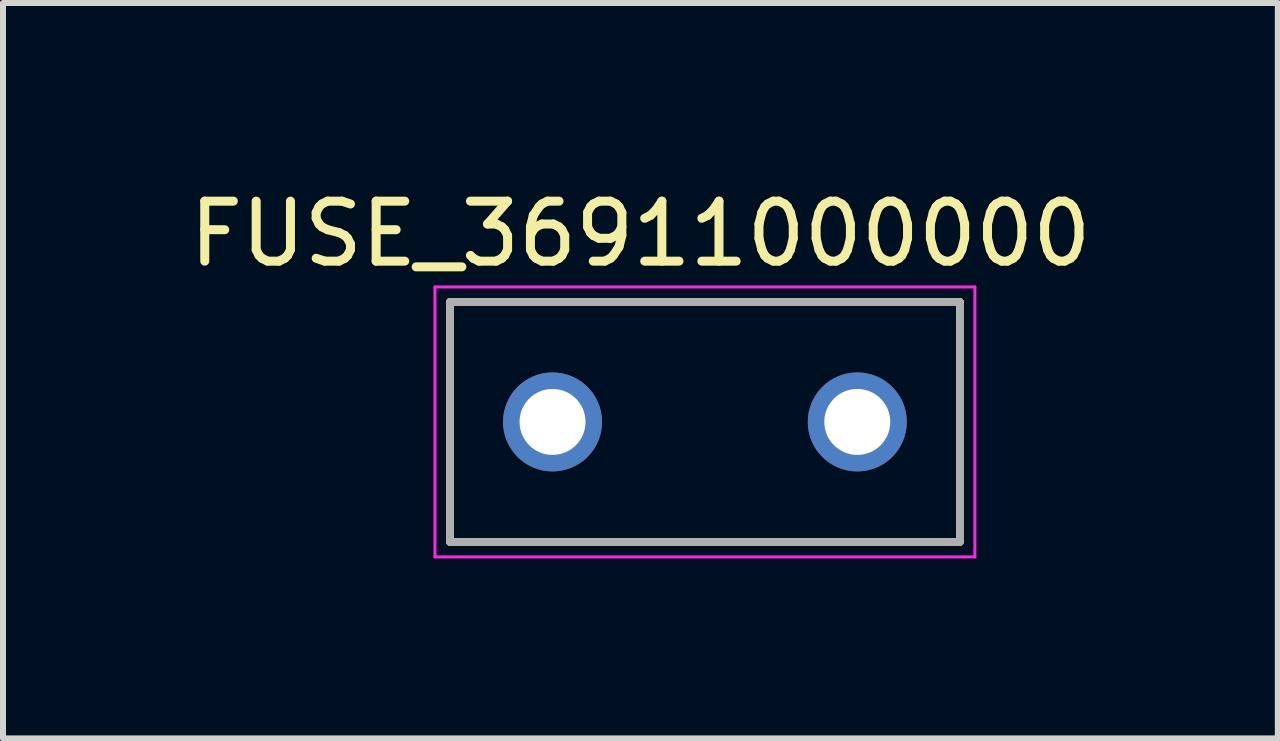
<source format=kicad_pcb>
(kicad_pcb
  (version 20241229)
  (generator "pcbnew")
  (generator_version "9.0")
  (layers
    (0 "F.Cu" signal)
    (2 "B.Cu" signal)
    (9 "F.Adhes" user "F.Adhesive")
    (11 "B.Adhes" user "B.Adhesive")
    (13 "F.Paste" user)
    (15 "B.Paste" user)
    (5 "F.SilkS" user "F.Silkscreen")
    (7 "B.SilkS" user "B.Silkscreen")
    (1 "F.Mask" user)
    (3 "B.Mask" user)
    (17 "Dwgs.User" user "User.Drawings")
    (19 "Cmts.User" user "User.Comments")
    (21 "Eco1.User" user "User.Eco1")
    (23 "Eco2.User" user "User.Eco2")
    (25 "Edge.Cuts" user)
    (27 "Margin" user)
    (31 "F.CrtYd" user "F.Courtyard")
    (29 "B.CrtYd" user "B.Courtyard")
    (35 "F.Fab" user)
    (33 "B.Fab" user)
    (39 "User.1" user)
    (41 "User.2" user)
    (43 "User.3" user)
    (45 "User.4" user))
  (footprint "FUSE_36911000000"
    (layer "F.Cu")
    (at 8.7 3.983)
    (property "Reference" "FUSE_36911000000" (at -1.075 -3.135 0) (layer "F.SilkS") (effects (font (size 1 1) (thickness 0.15))))
    (attr through_hole)
    (fp_line (start -4.25 -2) (end 4.25 -2) (stroke (width 0.127) (type solid)) (layer "F.SilkS"))
    (fp_line (start -4.25 2) (end -4.25 -2) (stroke (width 0.127) (type solid)) (layer "F.SilkS"))
    (fp_line (start 4.25 -2) (end 4.25 2) (stroke (width 0.127) (type solid)) (layer "F.SilkS"))
    (fp_line (start 4.25 2) (end -4.25 2) (stroke (width 0.127) (type solid)) (layer "F.SilkS"))
    (fp_line (start -4.5 -2.25) (end -4.5 2.25) (stroke (width 0.05) (type solid)) (layer "F.CrtYd"))
    (fp_line (start -4.5 2.25) (end 4.5 2.25) (stroke (width 0.05) (type solid)) (layer "F.CrtYd"))
    (fp_line (start 4.5 -2.25) (end -4.5 -2.25) (stroke (width 0.05) (type solid)) (layer "F.CrtYd"))
    (fp_line (start 4.5 2.25) (end 4.5 -2.25) (stroke (width 0.05) (type solid)) (layer "F.CrtYd"))
    (fp_line (start -4.25 -2) (end 4.25 -2) (stroke (width 0.127) (type solid)) (layer "F.Fab"))
    (fp_line (start -4.25 2) (end -4.25 -2) (stroke (width 0.127) (type solid)) (layer "F.Fab"))
    (fp_line (start 4.25 -2) (end 4.25 2) (stroke (width 0.127) (type solid)) (layer "F.Fab"))
    (fp_line (start 4.25 2) (end -4.25 2) (stroke (width 0.127) (type solid)) (layer "F.Fab"))
    (pad "1" thru_hole circle (at -2.54 0) (size 1.65 1.65) (drill 1.1) (layers "*.Cu" "*.Mask"))
    (pad "2" thru_hole circle (at 2.54 0) (size 1.65 1.65) (drill 1.1) (layers "*.Cu" "*.Mask")))
  (gr_rect
    (start -3 -3)
    (end 18.25 9.258)
    (stroke (width 0.1) (type default))
    (fill no)
    (layer "Edge.Cuts")))
</source>
